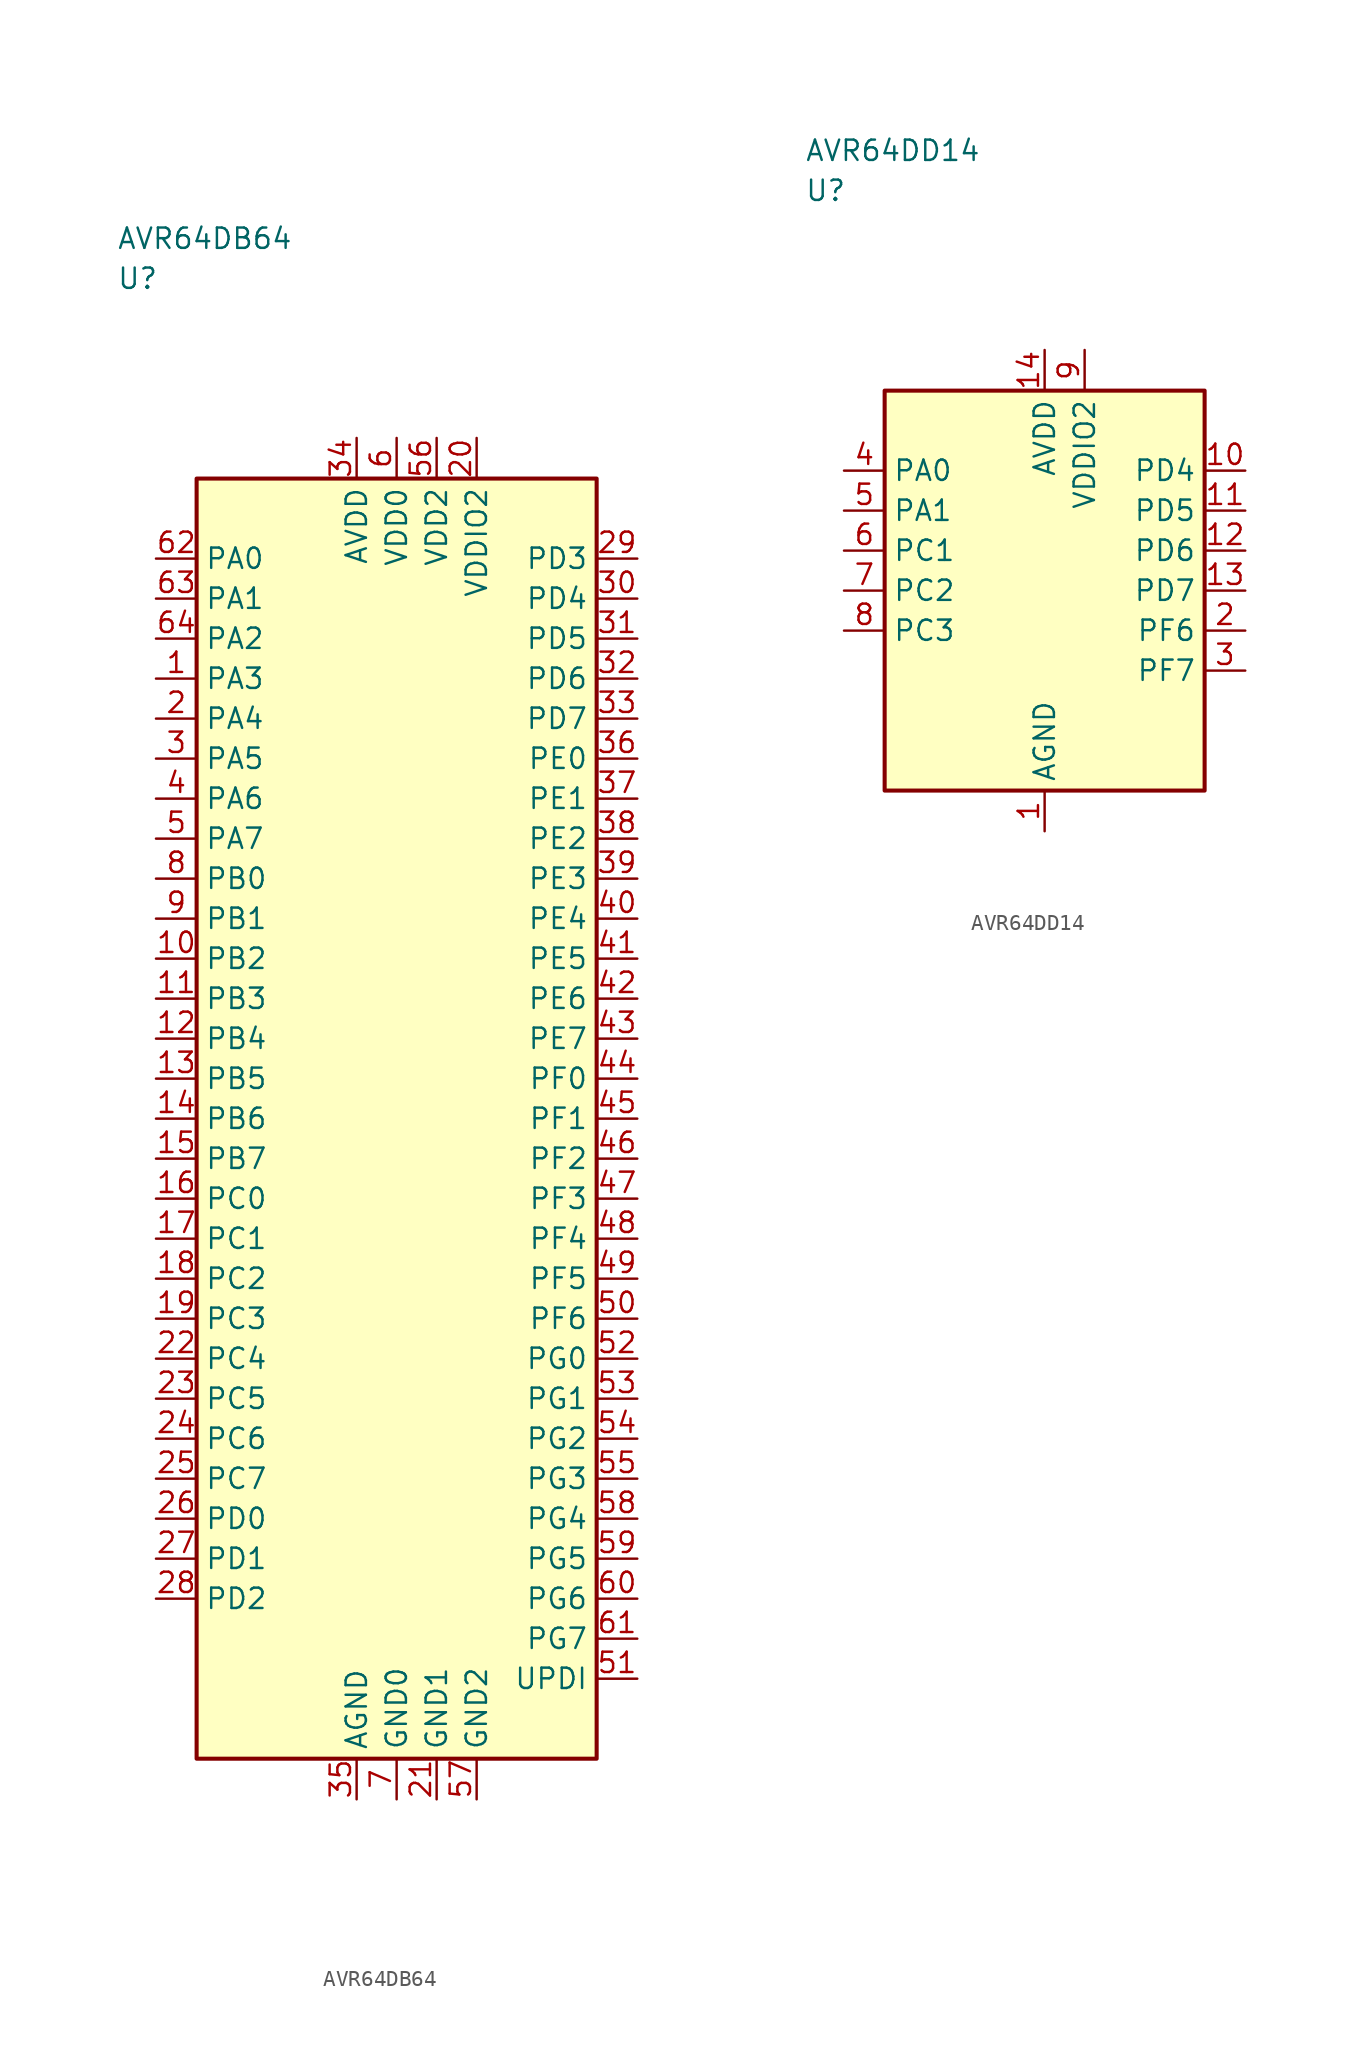
<source format=kicad_sym>
(kicad_symbol_lib
  (version 20241025)
  (generator "kicad_symbol_editor")
  (generator_version "8.0")
  (symbol "AVR64DB64"
    (property "Reference" "U"
      (at -17.5 52.5 0)
      (effects (font (size 1.27 1.27)) (justify left)))
    (property "Value" "AVR64DB64"
      (at -17.5 55.0 0)
      (effects (font (size 1.27 1.27)) (justify left)))
    (symbol "AVR64DB64_0_1"
      (rectangle (start -12.5 40.0) (end 12.5 -40.0) (stroke (width 0.254) (type default)) (fill (type background))))
    (symbol "AVR64DB64_1_1"
      (pin bidirectional line (at -15.04 27.5 0.0) (length 2.54) (name "PA3" (effects (font (size 1.27 1.27)))) (number "1" (effects (font (size 1.27 1.27)))))
      (pin bidirectional line (at -15.04 25.0 0.0) (length 2.54) (name "PA4" (effects (font (size 1.27 1.27)))) (number "2" (effects (font (size 1.27 1.27)))))
      (pin bidirectional line (at -15.04 22.5 0.0) (length 2.54) (name "PA5" (effects (font (size 1.27 1.27)))) (number "3" (effects (font (size 1.27 1.27)))))
      (pin bidirectional line (at -15.04 20.0 0.0) (length 2.54) (name "PA6" (effects (font (size 1.27 1.27)))) (number "4" (effects (font (size 1.27 1.27)))))
      (pin bidirectional line (at -15.04 17.5 0.0) (length 2.54) (name "PA7" (effects (font (size 1.27 1.27)))) (number "5" (effects (font (size 1.27 1.27)))))
      (pin power_in line (at 0.0 42.54 270.0) (length 2.54) (name "VDD0" (effects (font (size 1.27 1.27)))) (number "6" (effects (font (size 1.27 1.27)))))
      (pin passive line (at 0.0 -42.54 90.0) (length 2.54) (name "GND0" (effects (font (size 1.27 1.27)))) (number "7" (effects (font (size 1.27 1.27)))))
      (pin bidirectional line (at -15.04 15.0 0.0) (length 2.54) (name "PB0" (effects (font (size 1.27 1.27)))) (number "8" (effects (font (size 1.27 1.27)))))
      (pin bidirectional line (at -15.04 12.5 0.0) (length 2.54) (name "PB1" (effects (font (size 1.27 1.27)))) (number "9" (effects (font (size 1.27 1.27)))))
      (pin bidirectional line (at -15.04 10.0 0.0) (length 2.54) (name "PB2" (effects (font (size 1.27 1.27)))) (number "10" (effects (font (size 1.27 1.27)))))
      (pin bidirectional line (at -15.04 7.5 0.0) (length 2.54) (name "PB3" (effects (font (size 1.27 1.27)))) (number "11" (effects (font (size 1.27 1.27)))))
      (pin bidirectional line (at -15.04 5.0 0.0) (length 2.54) (name "PB4" (effects (font (size 1.27 1.27)))) (number "12" (effects (font (size 1.27 1.27)))))
      (pin bidirectional line (at -15.04 2.5 0.0) (length 2.54) (name "PB5" (effects (font (size 1.27 1.27)))) (number "13" (effects (font (size 1.27 1.27)))))
      (pin bidirectional line (at -15.04 0.0 0.0) (length 2.54) (name "PB6" (effects (font (size 1.27 1.27)))) (number "14" (effects (font (size 1.27 1.27)))))
      (pin bidirectional line (at -15.04 -2.5 0.0) (length 2.54) (name "PB7" (effects (font (size 1.27 1.27)))) (number "15" (effects (font (size 1.27 1.27)))))
      (pin bidirectional line (at -15.04 -5.0 0.0) (length 2.54) (name "PC0" (effects (font (size 1.27 1.27)))) (number "16" (effects (font (size 1.27 1.27)))))
      (pin bidirectional line (at -15.04 -7.5 0.0) (length 2.54) (name "PC1" (effects (font (size 1.27 1.27)))) (number "17" (effects (font (size 1.27 1.27)))))
      (pin bidirectional line (at -15.04 -10.0 0.0) (length 2.54) (name "PC2" (effects (font (size 1.27 1.27)))) (number "18" (effects (font (size 1.27 1.27)))))
      (pin bidirectional line (at -15.04 -12.5 0.0) (length 2.54) (name "PC3" (effects (font (size 1.27 1.27)))) (number "19" (effects (font (size 1.27 1.27)))))
      (pin power_in line (at 5.0 42.54 270.0) (length 2.54) (name "VDDIO2" (effects (font (size 1.27 1.27)))) (number "20" (effects (font (size 1.27 1.27)))))
      (pin passive line (at 2.5 -42.54 90.0) (length 2.54) (name "GND1" (effects (font (size 1.27 1.27)))) (number "21" (effects (font (size 1.27 1.27)))))
      (pin bidirectional line (at -15.04 -15.0 0.0) (length 2.54) (name "PC4" (effects (font (size 1.27 1.27)))) (number "22" (effects (font (size 1.27 1.27)))))
      (pin bidirectional line (at -15.04 -17.5 0.0) (length 2.54) (name "PC5" (effects (font (size 1.27 1.27)))) (number "23" (effects (font (size 1.27 1.27)))))
      (pin bidirectional line (at -15.04 -20.0 0.0) (length 2.54) (name "PC6" (effects (font (size 1.27 1.27)))) (number "24" (effects (font (size 1.27 1.27)))))
      (pin bidirectional line (at -15.04 -22.5 0.0) (length 2.54) (name "PC7" (effects (font (size 1.27 1.27)))) (number "25" (effects (font (size 1.27 1.27)))))
      (pin bidirectional line (at -15.04 -25.0 0.0) (length 2.54) (name "PD0" (effects (font (size 1.27 1.27)))) (number "26" (effects (font (size 1.27 1.27)))))
      (pin bidirectional line (at -15.04 -27.5 0.0) (length 2.54) (name "PD1" (effects (font (size 1.27 1.27)))) (number "27" (effects (font (size 1.27 1.27)))))
      (pin bidirectional line (at -15.04 -30.0 0.0) (length 2.54) (name "PD2" (effects (font (size 1.27 1.27)))) (number "28" (effects (font (size 1.27 1.27)))))
      (pin bidirectional line (at 15.04 35.0 180.0) (length 2.54) (name "PD3" (effects (font (size 1.27 1.27)))) (number "29" (effects (font (size 1.27 1.27)))))
      (pin bidirectional line (at 15.04 32.5 180.0) (length 2.54) (name "PD4" (effects (font (size 1.27 1.27)))) (number "30" (effects (font (size 1.27 1.27)))))
      (pin bidirectional line (at 15.04 30.0 180.0) (length 2.54) (name "PD5" (effects (font (size 1.27 1.27)))) (number "31" (effects (font (size 1.27 1.27)))))
      (pin bidirectional line (at 15.04 27.5 180.0) (length 2.54) (name "PD6" (effects (font (size 1.27 1.27)))) (number "32" (effects (font (size 1.27 1.27)))))
      (pin bidirectional line (at 15.04 25.0 180.0) (length 2.54) (name "PD7" (effects (font (size 1.27 1.27)))) (number "33" (effects (font (size 1.27 1.27)))))
      (pin power_in line (at -2.5 42.54 270.0) (length 2.54) (name "AVDD" (effects (font (size 1.27 1.27)))) (number "34" (effects (font (size 1.27 1.27)))))
      (pin passive line (at -2.5 -42.54 90.0) (length 2.54) (name "AGND" (effects (font (size 1.27 1.27)))) (number "35" (effects (font (size 1.27 1.27)))))
      (pin bidirectional line (at 15.04 22.5 180.0) (length 2.54) (name "PE0" (effects (font (size 1.27 1.27)))) (number "36" (effects (font (size 1.27 1.27)))))
      (pin bidirectional line (at 15.04 20.0 180.0) (length 2.54) (name "PE1" (effects (font (size 1.27 1.27)))) (number "37" (effects (font (size 1.27 1.27)))))
      (pin bidirectional line (at 15.04 17.5 180.0) (length 2.54) (name "PE2" (effects (font (size 1.27 1.27)))) (number "38" (effects (font (size 1.27 1.27)))))
      (pin bidirectional line (at 15.04 15.0 180.0) (length 2.54) (name "PE3" (effects (font (size 1.27 1.27)))) (number "39" (effects (font (size 1.27 1.27)))))
      (pin bidirectional line (at 15.04 12.5 180.0) (length 2.54) (name "PE4" (effects (font (size 1.27 1.27)))) (number "40" (effects (font (size 1.27 1.27)))))
      (pin bidirectional line (at 15.04 10.0 180.0) (length 2.54) (name "PE5" (effects (font (size 1.27 1.27)))) (number "41" (effects (font (size 1.27 1.27)))))
      (pin bidirectional line (at 15.04 7.5 180.0) (length 2.54) (name "PE6" (effects (font (size 1.27 1.27)))) (number "42" (effects (font (size 1.27 1.27)))))
      (pin bidirectional line (at 15.04 5.0 180.0) (length 2.54) (name "PE7" (effects (font (size 1.27 1.27)))) (number "43" (effects (font (size 1.27 1.27)))))
      (pin bidirectional line (at 15.04 2.5 180.0) (length 2.54) (name "PF0" (effects (font (size 1.27 1.27)))) (number "44" (effects (font (size 1.27 1.27)))))
      (pin bidirectional line (at 15.04 0.0 180.0) (length 2.54) (name "PF1" (effects (font (size 1.27 1.27)))) (number "45" (effects (font (size 1.27 1.27)))))
      (pin bidirectional line (at 15.04 -2.5 180.0) (length 2.54) (name "PF2" (effects (font (size 1.27 1.27)))) (number "46" (effects (font (size 1.27 1.27)))))
      (pin bidirectional line (at 15.04 -5.0 180.0) (length 2.54) (name "PF3" (effects (font (size 1.27 1.27)))) (number "47" (effects (font (size 1.27 1.27)))))
      (pin bidirectional line (at 15.04 -7.5 180.0) (length 2.54) (name "PF4" (effects (font (size 1.27 1.27)))) (number "48" (effects (font (size 1.27 1.27)))))
      (pin bidirectional line (at 15.04 -10.0 180.0) (length 2.54) (name "PF5" (effects (font (size 1.27 1.27)))) (number "49" (effects (font (size 1.27 1.27)))))
      (pin bidirectional line (at 15.04 -12.5 180.0) (length 2.54) (name "PF6" (effects (font (size 1.27 1.27)))) (number "50" (effects (font (size 1.27 1.27)))))
      (pin bidirectional line (at 15.04 -35.0 180.0) (length 2.54) (name "UPDI" (effects (font (size 1.27 1.27)))) (number "51" (effects (font (size 1.27 1.27)))))
      (pin bidirectional line (at 15.04 -15.0 180.0) (length 2.54) (name "PG0" (effects (font (size 1.27 1.27)))) (number "52" (effects (font (size 1.27 1.27)))))
      (pin bidirectional line (at 15.04 -17.5 180.0) (length 2.54) (name "PG1" (effects (font (size 1.27 1.27)))) (number "53" (effects (font (size 1.27 1.27)))))
      (pin bidirectional line (at 15.04 -20.0 180.0) (length 2.54) (name "PG2" (effects (font (size 1.27 1.27)))) (number "54" (effects (font (size 1.27 1.27)))))
      (pin bidirectional line (at 15.04 -22.5 180.0) (length 2.54) (name "PG3" (effects (font (size 1.27 1.27)))) (number "55" (effects (font (size 1.27 1.27)))))
      (pin power_in line (at 2.5 42.54 270.0) (length 2.54) (name "VDD2" (effects (font (size 1.27 1.27)))) (number "56" (effects (font (size 1.27 1.27)))))
      (pin passive line (at 5.0 -42.54 90.0) (length 2.54) (name "GND2" (effects (font (size 1.27 1.27)))) (number "57" (effects (font (size 1.27 1.27)))))
      (pin bidirectional line (at 15.04 -25.0 180.0) (length 2.54) (name "PG4" (effects (font (size 1.27 1.27)))) (number "58" (effects (font (size 1.27 1.27)))))
      (pin bidirectional line (at 15.04 -27.5 180.0) (length 2.54) (name "PG5" (effects (font (size 1.27 1.27)))) (number "59" (effects (font (size 1.27 1.27)))))
      (pin bidirectional line (at 15.04 -30.0 180.0) (length 2.54) (name "PG6" (effects (font (size 1.27 1.27)))) (number "60" (effects (font (size 1.27 1.27)))))
      (pin bidirectional line (at 15.04 -32.5 180.0) (length 2.54) (name "PG7" (effects (font (size 1.27 1.27)))) (number "61" (effects (font (size 1.27 1.27)))))
      (pin bidirectional line (at -15.04 35.0 0.0) (length 2.54) (name "PA0" (effects (font (size 1.27 1.27)))) (number "62" (effects (font (size 1.27 1.27)))))
      (pin bidirectional line (at -15.04 32.5 0.0) (length 2.54) (name "PA1" (effects (font (size 1.27 1.27)))) (number "63" (effects (font (size 1.27 1.27)))))
      (pin bidirectional line (at -15.04 30.0 0.0) (length 2.54) (name "PA2" (effects (font (size 1.27 1.27)))) (number "64" (effects (font (size 1.27 1.27)))))))
  (symbol "AVR64DD14"
    (property "Reference" "U"
      (at -15.0 25.0 0)
      (effects (font (size 1.27 1.27)) (justify left)))
    (property "Value" "AVR64DD14"
      (at -15.0 27.5 0)
      (effects (font (size 1.27 1.27)) (justify left)))
    (symbol "AVR64DD14_0_1"
      (rectangle (start -10.0 12.5) (end 10.0 -12.5) (stroke (width 0.254) (type default)) (fill (type background))))
    (symbol "AVR64DD14_1_1"
      (pin passive line (at 0.0 -15.04 90.0) (length 2.54) (name "AGND" (effects (font (size 1.27 1.27)))) (number "1" (effects (font (size 1.27 1.27)))))
      (pin bidirectional line (at 12.54 -2.5 180.0) (length 2.54) (name "PF6" (effects (font (size 1.27 1.27)))) (number "2" (effects (font (size 1.27 1.27)))))
      (pin bidirectional line (at 12.54 -5.0 180.0) (length 2.54) (name "PF7" (effects (font (size 1.27 1.27)))) (number "3" (effects (font (size 1.27 1.27)))))
      (pin bidirectional line (at -12.54 7.5 0.0) (length 2.54) (name "PA0" (effects (font (size 1.27 1.27)))) (number "4" (effects (font (size 1.27 1.27)))))
      (pin bidirectional line (at -12.54 5.0 0.0) (length 2.54) (name "PA1" (effects (font (size 1.27 1.27)))) (number "5" (effects (font (size 1.27 1.27)))))
      (pin bidirectional line (at -12.54 2.5 0.0) (length 2.54) (name "PC1" (effects (font (size 1.27 1.27)))) (number "6" (effects (font (size 1.27 1.27)))))
      (pin bidirectional line (at -12.54 0.0 0.0) (length 2.54) (name "PC2" (effects (font (size 1.27 1.27)))) (number "7" (effects (font (size 1.27 1.27)))))
      (pin bidirectional line (at -12.54 -2.5 0.0) (length 2.54) (name "PC3" (effects (font (size 1.27 1.27)))) (number "8" (effects (font (size 1.27 1.27)))))
      (pin power_in line (at 2.5 15.04 270.0) (length 2.54) (name "VDDIO2" (effects (font (size 1.27 1.27)))) (number "9" (effects (font (size 1.27 1.27)))))
      (pin bidirectional line (at 12.54 7.5 180.0) (length 2.54) (name "PD4" (effects (font (size 1.27 1.27)))) (number "10" (effects (font (size 1.27 1.27)))))
      (pin bidirectional line (at 12.54 5.0 180.0) (length 2.54) (name "PD5" (effects (font (size 1.27 1.27)))) (number "11" (effects (font (size 1.27 1.27)))))
      (pin bidirectional line (at 12.54 2.5 180.0) (length 2.54) (name "PD6" (effects (font (size 1.27 1.27)))) (number "12" (effects (font (size 1.27 1.27)))))
      (pin bidirectional line (at 12.54 0.0 180.0) (length 2.54) (name "PD7" (effects (font (size 1.27 1.27)))) (number "13" (effects (font (size 1.27 1.27)))))
      (pin power_in line (at 0.0 15.04 270.0) (length 2.54) (name "AVDD" (effects (font (size 1.27 1.27)))) (number "14" (effects (font (size 1.27 1.27))))))))
</source>
